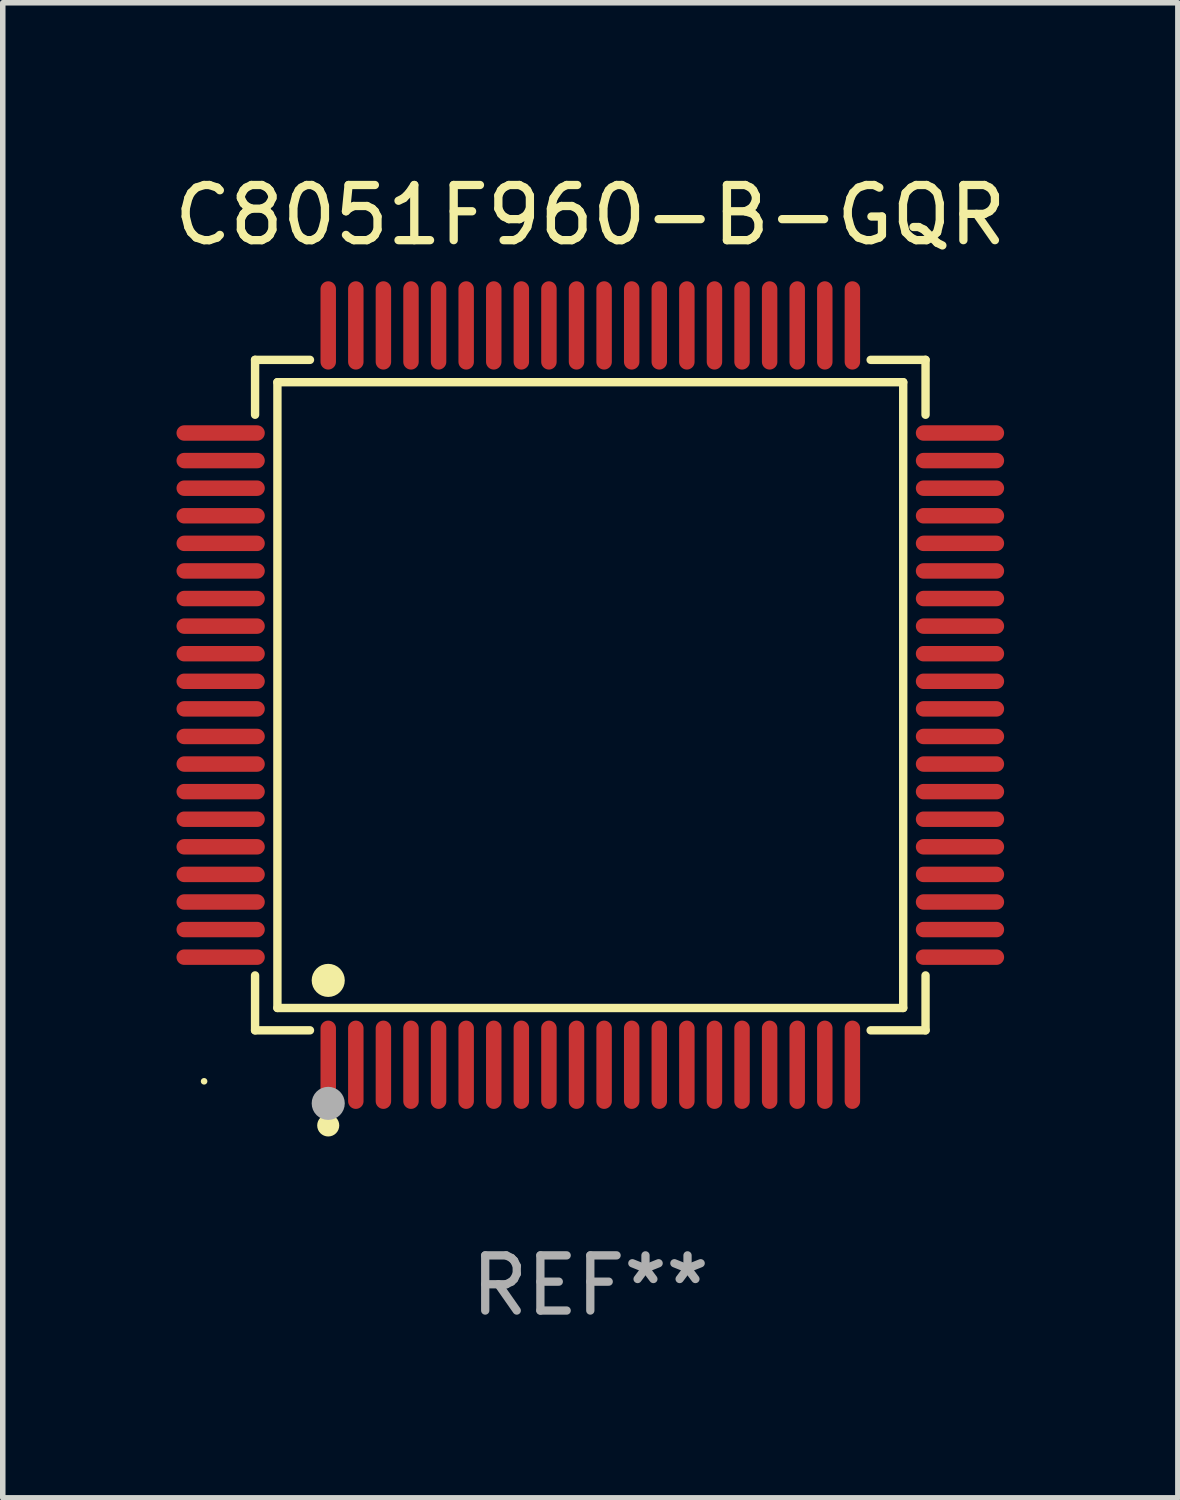
<source format=kicad_pcb>
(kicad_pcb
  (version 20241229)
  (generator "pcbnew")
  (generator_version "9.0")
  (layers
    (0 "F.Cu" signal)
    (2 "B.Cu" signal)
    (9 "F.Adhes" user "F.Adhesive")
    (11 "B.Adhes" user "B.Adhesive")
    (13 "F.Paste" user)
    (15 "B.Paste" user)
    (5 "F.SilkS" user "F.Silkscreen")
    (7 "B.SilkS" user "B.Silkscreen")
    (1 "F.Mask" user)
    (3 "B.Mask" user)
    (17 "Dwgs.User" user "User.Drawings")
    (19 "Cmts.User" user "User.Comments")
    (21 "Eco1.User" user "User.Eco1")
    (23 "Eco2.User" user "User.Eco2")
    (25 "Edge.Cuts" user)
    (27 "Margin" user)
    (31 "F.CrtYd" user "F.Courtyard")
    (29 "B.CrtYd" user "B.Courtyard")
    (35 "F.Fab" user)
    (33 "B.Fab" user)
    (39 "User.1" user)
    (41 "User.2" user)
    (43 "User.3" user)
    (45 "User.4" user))
  (footprint "C8051F960-B-GQR"
    (layer "F.Cu")
    (at 7.649 9.548)
    (property "Reference" "C8051F960-B-GQR" (at 0 -8.7 0) (layer "F.SilkS") (effects (font (size 1 1) (thickness 0.15))))
    (attr through_hole)
    (fp_line (start -6.076 -6.076) (end -5.081 -6.076) (stroke (width 0.152) (type solid)) (layer "F.SilkS"))
    (fp_line (start -6.076 -5.081) (end -6.076 -6.076) (stroke (width 0.152) (type solid)) (layer "F.SilkS"))
    (fp_line (start -6.076 5.081) (end -6.076 6.076) (stroke (width 0.152) (type solid)) (layer "F.SilkS"))
    (fp_line (start -6.076 6.076) (end -5.081 6.076) (stroke (width 0.152) (type solid)) (layer "F.SilkS"))
    (fp_line (start -5.671 -5.671) (end 5.671 -5.671) (stroke (width 0.152) (type solid)) (layer "F.SilkS"))
    (fp_line (start -5.671 5.671) (end -5.671 -5.671) (stroke (width 0.152) (type solid)) (layer "F.SilkS"))
    (fp_line (start 5.671 -5.671) (end 5.671 5.671) (stroke (width 0.152) (type solid)) (layer "F.SilkS"))
    (fp_line (start 5.671 5.671) (end -5.671 5.671) (stroke (width 0.152) (type solid)) (layer "F.SilkS"))
    (fp_line (start 6.076 -6.076) (end 5.081 -6.076) (stroke (width 0.152) (type solid)) (layer "F.SilkS"))
    (fp_line (start 6.076 -5.081) (end 6.076 -6.076) (stroke (width 0.152) (type solid)) (layer "F.SilkS"))
    (fp_line (start 6.076 5.081) (end 6.076 6.076) (stroke (width 0.152) (type solid)) (layer "F.SilkS"))
    (fp_line (start 6.076 6.076) (end 5.081 6.076) (stroke (width 0.152) (type solid)) (layer "F.SilkS"))
    (fp_circle (center -7 7) (end -6.97 7) (stroke (width 0.06) (type solid)) (fill no) (layer "F.SilkS"))
    (fp_circle (center -4.75 5.171) (end -4.6 5.171) (stroke (width 0.3) (type solid)) (fill no) (layer "F.SilkS"))
    (fp_circle (center -4.75 7.8) (end -4.65 7.8) (stroke (width 0.2) (type solid)) (fill no) (layer "F.SilkS"))
    (fp_circle (center -4.75 7.4) (end -4.6 7.4) (stroke (width 0.3) (type solid)) (fill no) (layer "F.Fab"))
    (fp_text user "REF**" (at 0 10.7 0) (layer "F.Fab") (effects (font (size 1 1) (thickness 0.15))))
    (pad "1" smd oval (at -4.75 6.7) (size 0.28 1.6) (layers "F.Cu" "F.Mask" "F.Paste"))
    (pad "2" smd oval (at -4.25 6.7) (size 0.28 1.6) (layers "F.Cu" "F.Mask" "F.Paste"))
    (pad "3" smd oval (at -3.75 6.7) (size 0.28 1.6) (layers "F.Cu" "F.Mask" "F.Paste"))
    (pad "4" smd oval (at -3.25 6.7) (size 0.28 1.6) (layers "F.Cu" "F.Mask" "F.Paste"))
    (pad "5" smd oval (at -2.75 6.7) (size 0.28 1.6) (layers "F.Cu" "F.Mask" "F.Paste"))
    (pad "6" smd oval (at -2.25 6.7) (size 0.28 1.6) (layers "F.Cu" "F.Mask" "F.Paste"))
    (pad "7" smd oval (at -1.75 6.7) (size 0.28 1.6) (layers "F.Cu" "F.Mask" "F.Paste"))
    (pad "8" smd oval (at -1.25 6.7) (size 0.28 1.6) (layers "F.Cu" "F.Mask" "F.Paste"))
    (pad "9" smd oval (at -0.75 6.7) (size 0.28 1.6) (layers "F.Cu" "F.Mask" "F.Paste"))
    (pad "10" smd oval (at -0.25 6.7) (size 0.28 1.6) (layers "F.Cu" "F.Mask" "F.Paste"))
    (pad "11" smd oval (at 0.25 6.7) (size 0.28 1.6) (layers "F.Cu" "F.Mask" "F.Paste"))
    (pad "12" smd oval (at 0.75 6.7) (size 0.28 1.6) (layers "F.Cu" "F.Mask" "F.Paste"))
    (pad "13" smd oval (at 1.25 6.7) (size 0.28 1.6) (layers "F.Cu" "F.Mask" "F.Paste"))
    (pad "14" smd oval (at 1.75 6.7) (size 0.28 1.6) (layers "F.Cu" "F.Mask" "F.Paste"))
    (pad "15" smd oval (at 2.25 6.7) (size 0.28 1.6) (layers "F.Cu" "F.Mask" "F.Paste"))
    (pad "16" smd oval (at 2.75 6.7) (size 0.28 1.6) (layers "F.Cu" "F.Mask" "F.Paste"))
    (pad "17" smd oval (at 3.25 6.7) (size 0.28 1.6) (layers "F.Cu" "F.Mask" "F.Paste"))
    (pad "18" smd oval (at 3.75 6.7) (size 0.28 1.6) (layers "F.Cu" "F.Mask" "F.Paste"))
    (pad "19" smd oval (at 4.25 6.7) (size 0.28 1.6) (layers "F.Cu" "F.Mask" "F.Paste"))
    (pad "20" smd oval (at 4.75 6.7) (size 0.28 1.6) (layers "F.Cu" "F.Mask" "F.Paste"))
    (pad "21" smd oval (at 6.7 4.75) (size 1.6 0.28) (layers "F.Cu" "F.Mask" "F.Paste"))
    (pad "22" smd oval (at 6.7 4.25) (size 1.6 0.28) (layers "F.Cu" "F.Mask" "F.Paste"))
    (pad "23" smd oval (at 6.7 3.75) (size 1.6 0.28) (layers "F.Cu" "F.Mask" "F.Paste"))
    (pad "24" smd oval (at 6.7 3.25) (size 1.6 0.28) (layers "F.Cu" "F.Mask" "F.Paste"))
    (pad "25" smd oval (at 6.7 2.75) (size 1.6 0.28) (layers "F.Cu" "F.Mask" "F.Paste"))
    (pad "26" smd oval (at 6.7 2.25) (size 1.6 0.28) (layers "F.Cu" "F.Mask" "F.Paste"))
    (pad "27" smd oval (at 6.7 1.75) (size 1.6 0.28) (layers "F.Cu" "F.Mask" "F.Paste"))
    (pad "28" smd oval (at 6.7 1.25) (size 1.6 0.28) (layers "F.Cu" "F.Mask" "F.Paste"))
    (pad "29" smd oval (at 6.7 0.75) (size 1.6 0.28) (layers "F.Cu" "F.Mask" "F.Paste"))
    (pad "30" smd oval (at 6.7 0.25) (size 1.6 0.28) (layers "F.Cu" "F.Mask" "F.Paste"))
    (pad "31" smd oval (at 6.7 -0.25) (size 1.6 0.28) (layers "F.Cu" "F.Mask" "F.Paste"))
    (pad "32" smd oval (at 6.7 -0.75) (size 1.6 0.28) (layers "F.Cu" "F.Mask" "F.Paste"))
    (pad "33" smd oval (at 6.7 -1.25) (size 1.6 0.28) (layers "F.Cu" "F.Mask" "F.Paste"))
    (pad "34" smd oval (at 6.7 -1.75) (size 1.6 0.28) (layers "F.Cu" "F.Mask" "F.Paste"))
    (pad "35" smd oval (at 6.7 -2.25) (size 1.6 0.28) (layers "F.Cu" "F.Mask" "F.Paste"))
    (pad "36" smd oval (at 6.7 -2.75) (size 1.6 0.28) (layers "F.Cu" "F.Mask" "F.Paste"))
    (pad "37" smd oval (at 6.7 -3.25) (size 1.6 0.28) (layers "F.Cu" "F.Mask" "F.Paste"))
    (pad "38" smd oval (at 6.7 -3.75) (size 1.6 0.28) (layers "F.Cu" "F.Mask" "F.Paste"))
    (pad "39" smd oval (at 6.7 -4.25) (size 1.6 0.28) (layers "F.Cu" "F.Mask" "F.Paste"))
    (pad "40" smd oval (at 6.7 -4.75) (size 1.6 0.28) (layers "F.Cu" "F.Mask" "F.Paste"))
    (pad "41" smd oval (at 4.75 -6.7) (size 0.28 1.6) (layers "F.Cu" "F.Mask" "F.Paste"))
    (pad "42" smd oval (at 4.25 -6.7) (size 0.28 1.6) (layers "F.Cu" "F.Mask" "F.Paste"))
    (pad "43" smd oval (at 3.75 -6.7) (size 0.28 1.6) (layers "F.Cu" "F.Mask" "F.Paste"))
    (pad "44" smd oval (at 3.25 -6.7) (size 0.28 1.6) (layers "F.Cu" "F.Mask" "F.Paste"))
    (pad "45" smd oval (at 2.75 -6.7) (size 0.28 1.6) (layers "F.Cu" "F.Mask" "F.Paste"))
    (pad "46" smd oval (at 2.25 -6.7) (size 0.28 1.6) (layers "F.Cu" "F.Mask" "F.Paste"))
    (pad "47" smd oval (at 1.75 -6.7) (size 0.28 1.6) (layers "F.Cu" "F.Mask" "F.Paste"))
    (pad "48" smd oval (at 1.25 -6.7) (size 0.28 1.6) (layers "F.Cu" "F.Mask" "F.Paste"))
    (pad "49" smd oval (at 0.75 -6.7) (size 0.28 1.6) (layers "F.Cu" "F.Mask" "F.Paste"))
    (pad "50" smd oval (at 0.25 -6.7) (size 0.28 1.6) (layers "F.Cu" "F.Mask" "F.Paste"))
    (pad "51" smd oval (at -0.25 -6.7) (size 0.28 1.6) (layers "F.Cu" "F.Mask" "F.Paste"))
    (pad "52" smd oval (at -0.75 -6.7) (size 0.28 1.6) (layers "F.Cu" "F.Mask" "F.Paste"))
    (pad "53" smd oval (at -1.25 -6.7) (size 0.28 1.6) (layers "F.Cu" "F.Mask" "F.Paste"))
    (pad "54" smd oval (at -1.75 -6.7) (size 0.28 1.6) (layers "F.Cu" "F.Mask" "F.Paste"))
    (pad "55" smd oval (at -2.25 -6.7) (size 0.28 1.6) (layers "F.Cu" "F.Mask" "F.Paste"))
    (pad "56" smd oval (at -2.75 -6.7) (size 0.28 1.6) (layers "F.Cu" "F.Mask" "F.Paste"))
    (pad "57" smd oval (at -3.25 -6.7) (size 0.28 1.6) (layers "F.Cu" "F.Mask" "F.Paste"))
    (pad "58" smd oval (at -3.75 -6.7) (size 0.28 1.6) (layers "F.Cu" "F.Mask" "F.Paste"))
    (pad "59" smd oval (at -4.25 -6.7) (size 0.28 1.6) (layers "F.Cu" "F.Mask" "F.Paste"))
    (pad "60" smd oval (at -4.75 -6.7) (size 0.28 1.6) (layers "F.Cu" "F.Mask" "F.Paste"))
    (pad "61" smd oval (at -6.7 -4.75) (size 1.6 0.28) (layers "F.Cu" "F.Mask" "F.Paste"))
    (pad "62" smd oval (at -6.7 -4.25) (size 1.6 0.28) (layers "F.Cu" "F.Mask" "F.Paste"))
    (pad "63" smd oval (at -6.7 -3.75) (size 1.6 0.28) (layers "F.Cu" "F.Mask" "F.Paste"))
    (pad "64" smd oval (at -6.7 -3.25) (size 1.6 0.28) (layers "F.Cu" "F.Mask" "F.Paste"))
    (pad "65" smd oval (at -6.7 -2.75) (size 1.6 0.28) (layers "F.Cu" "F.Mask" "F.Paste"))
    (pad "66" smd oval (at -6.7 -2.25) (size 1.6 0.28) (layers "F.Cu" "F.Mask" "F.Paste"))
    (pad "67" smd oval (at -6.7 -1.75) (size 1.6 0.28) (layers "F.Cu" "F.Mask" "F.Paste"))
    (pad "68" smd oval (at -6.7 -1.25) (size 1.6 0.28) (layers "F.Cu" "F.Mask" "F.Paste"))
    (pad "69" smd oval (at -6.7 -0.75) (size 1.6 0.28) (layers "F.Cu" "F.Mask" "F.Paste"))
    (pad "70" smd oval (at -6.7 -0.25) (size 1.6 0.28) (layers "F.Cu" "F.Mask" "F.Paste"))
    (pad "71" smd oval (at -6.7 0.25) (size 1.6 0.28) (layers "F.Cu" "F.Mask" "F.Paste"))
    (pad "72" smd oval (at -6.7 0.75) (size 1.6 0.28) (layers "F.Cu" "F.Mask" "F.Paste"))
    (pad "73" smd oval (at -6.7 1.25) (size 1.6 0.28) (layers "F.Cu" "F.Mask" "F.Paste"))
    (pad "74" smd oval (at -6.7 1.75) (size 1.6 0.28) (layers "F.Cu" "F.Mask" "F.Paste"))
    (pad "75" smd oval (at -6.7 2.25) (size 1.6 0.28) (layers "F.Cu" "F.Mask" "F.Paste"))
    (pad "76" smd oval (at -6.7 2.75) (size 1.6 0.28) (layers "F.Cu" "F.Mask" "F.Paste"))
    (pad "77" smd oval (at -6.7 3.25) (size 1.6 0.28) (layers "F.Cu" "F.Mask" "F.Paste"))
    (pad "78" smd oval (at -6.7 3.75) (size 1.6 0.28) (layers "F.Cu" "F.Mask" "F.Paste"))
    (pad "79" smd oval (at -6.7 4.25) (size 1.6 0.28) (layers "F.Cu" "F.Mask" "F.Paste"))
    (pad "80" smd oval (at -6.7 4.75) (size 1.6 0.28) (layers "F.Cu" "F.Mask" "F.Paste")))
  (gr_rect
    (start -3 -3)
    (end 18.298 24.097)
    (stroke (width 0.1) (type default))
    (fill no)
    (layer "Edge.Cuts")))
</source>
